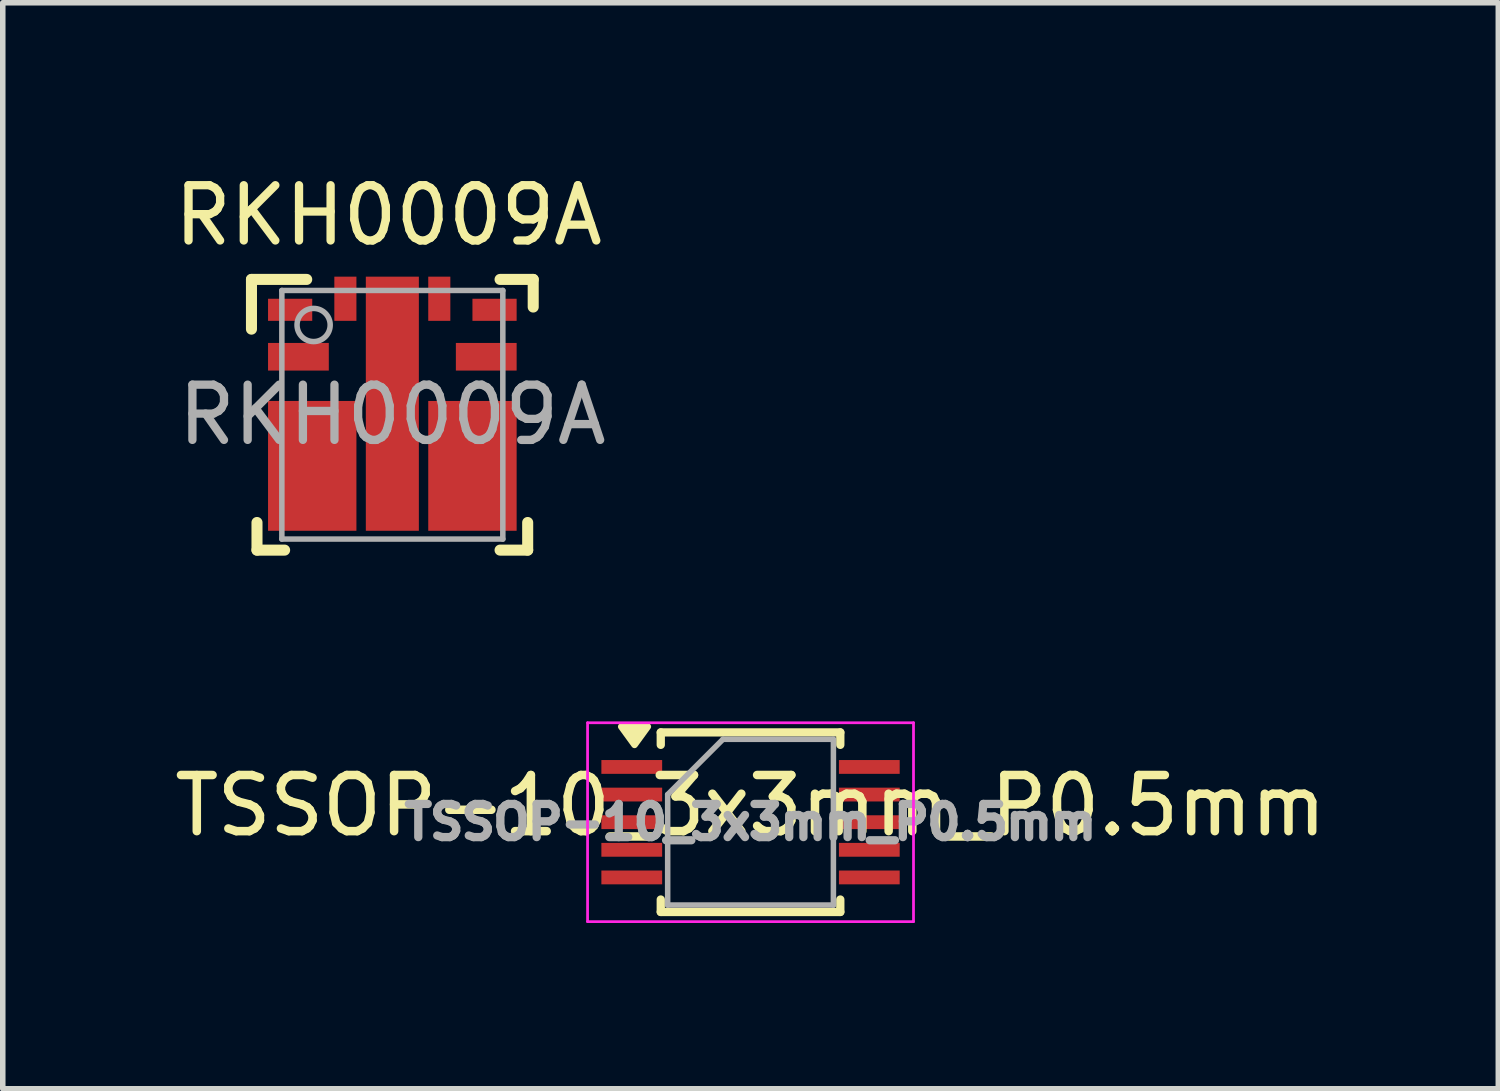
<source format=kicad_pcb>
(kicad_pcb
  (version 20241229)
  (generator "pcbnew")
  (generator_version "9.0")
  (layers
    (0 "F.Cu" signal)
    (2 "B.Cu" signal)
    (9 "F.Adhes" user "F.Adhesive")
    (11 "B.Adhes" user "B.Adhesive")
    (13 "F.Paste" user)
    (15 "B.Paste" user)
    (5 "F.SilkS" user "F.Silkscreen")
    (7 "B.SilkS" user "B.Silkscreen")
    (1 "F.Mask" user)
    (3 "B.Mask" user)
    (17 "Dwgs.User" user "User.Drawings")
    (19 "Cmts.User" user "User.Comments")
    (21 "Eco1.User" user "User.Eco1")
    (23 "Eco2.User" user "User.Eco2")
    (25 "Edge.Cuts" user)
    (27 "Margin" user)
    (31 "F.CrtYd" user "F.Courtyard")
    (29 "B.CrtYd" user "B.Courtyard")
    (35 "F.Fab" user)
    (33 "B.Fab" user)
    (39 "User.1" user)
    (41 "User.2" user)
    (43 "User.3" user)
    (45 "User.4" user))
  (footprint "RKH0009A"
    (layer "F.Cu")
    (at 4.052 4.458)
    (property "Reference" "RKH0009A" (at -0.07 -3.61 0) (unlocked yes) (layer "F.SilkS") (effects (font (size 1 1) (thickness 0.15))))
    (attr through_hole)
    (fp_poly (pts (xy -2.15 -0.2) (xy -0.75 -0.2) (xy -0.7 -0.15) (xy -0.7 2) (xy -0.75 2.05) (xy -2.15 2.05) (xy -2.2 2) (xy -2.2 1.8) (xy -2.15 1.75) (xy -1.875 1.75) (xy -1.825 1.7) (xy -1.825 1.45) (xy -1.875 1.4) (xy -2.15 1.4) (xy -2.2 1.35) (xy -2.2 1.15) (xy -2.15 1.1) (xy -1.875 1.1) (xy -1.825 1.05) (xy -1.825 0.8) (xy -1.875 0.75) (xy -2.15 0.75) (xy -2.2 0.7) (xy -2.2 0.5) (xy -2.15 0.45) (xy -1.875 0.45) (xy -1.825 0.4) (xy -1.825 0.15) (xy -1.875 0.1) (xy -2.15 0.1) (xy -2.2 0.05) (xy -2.2 -0.15)) (stroke (width 0) (type solid)) (fill yes) (layer "F.Mask"))
    (fp_poly (pts (xy 2.15 -0.2) (xy 0.75 -0.2) (xy 0.7 -0.15) (xy 0.7 2) (xy 0.75 2.05) (xy 2.15 2.05) (xy 2.2 2) (xy 2.2 1.8) (xy 2.15 1.75) (xy 1.875 1.75) (xy 1.825 1.7) (xy 1.825 1.45) (xy 1.875 1.4) (xy 2.15 1.4) (xy 2.2 1.35) (xy 2.2 1.15) (xy 2.15 1.1) (xy 1.875 1.1) (xy 1.825 1.05) (xy 1.825 0.8) (xy 1.875 0.75) (xy 2.15 0.75) (xy 2.2 0.7) (xy 2.2 0.5) (xy 2.15 0.45) (xy 1.875 0.45) (xy 1.825 0.4) (xy 1.825 0.15) (xy 1.875 0.1) (xy 2.15 0.1) (xy 2.2 0.05) (xy 2.2 -0.15)) (stroke (width 0) (type solid)) (fill yes) (layer "F.Mask"))
    (fp_poly (pts (xy -0.15 -2.45) (xy 0.15 -2.45) (xy 0.16 -2.449) (xy 0.169 -2.446) (xy 0.178 -2.442) (xy 0.185 -2.435) (xy 0.192 -2.428) (xy 0.196 -2.419) (xy 0.199 -2.41) (xy 0.2 -2.4) (xy 0.2 -1.5) (xy 0.199 -1.49) (xy 0.196 -1.481) (xy 0.192 -1.472) (xy 0.185 -1.465) (xy 0.178 -1.458) (xy 0.169 -1.454) (xy 0.16 -1.451) (xy 0.15 -1.45) (xy -0.15 -1.45) (xy -0.16 -1.451) (xy -0.169 -1.454) (xy -0.178 -1.458) (xy -0.185 -1.465) (xy -0.192 -1.472) (xy -0.196 -1.481) (xy -0.199 -1.49) (xy -0.2 -1.5) (xy -0.2 -2.4) (xy -0.199 -2.41) (xy -0.196 -2.419) (xy -0.192 -2.428) (xy -0.185 -2.435) (xy -0.178 -2.442) (xy -0.169 -2.446) (xy -0.16 -2.449)) (stroke (width 0) (type solid)) (fill yes) (layer "F.Mask"))
    (fp_line (start -2.55 -2.45) (end -1.55 -2.45) (stroke (width 0.2) (type solid)) (layer "F.SilkS"))
    (fp_line (start -2.55 -1.55) (end -2.55 -2.45) (stroke (width 0.2) (type solid)) (layer "F.SilkS"))
    (fp_line (start -2.45 2.45) (end -2.45 1.95) (stroke (width 0.2) (type solid)) (layer "F.SilkS"))
    (fp_line (start -2.45 2.45) (end -1.95 2.45) (stroke (width 0.2) (type solid)) (layer "F.SilkS"))
    (fp_line (start 1.95 -2.45) (end 2.55 -2.45) (stroke (width 0.2) (type solid)) (layer "F.SilkS"))
    (fp_line (start 1.95 2.45) (end 2.45 2.45) (stroke (width 0.2) (type solid)) (layer "F.SilkS"))
    (fp_line (start 2.45 2.45) (end 2.45 1.95) (stroke (width 0.2) (type solid)) (layer "F.SilkS"))
    (fp_line (start 2.55 -1.95) (end 2.55 -2.45) (stroke (width 0.2) (type solid)) (layer "F.SilkS"))
    (fp_poly (pts (xy -2.15 -0.2) (xy -1.875 -0.2) (xy -1.825 -0.15) (xy -1.825 0.05) (xy -1.875 0.1) (xy -2.15 0.1) (xy -2.2 0.05) (xy -2.2 -0.15)) (stroke (width 0) (type solid)) (fill yes) (layer "F.Paste"))
    (fp_poly (pts (xy -2.15 0.45) (xy -1.875 0.45) (xy -1.825 0.5) (xy -1.825 0.7) (xy -1.875 0.75) (xy -2.15 0.75) (xy -2.2 0.7) (xy -2.2 0.5)) (stroke (width 0) (type solid)) (fill yes) (layer "F.Paste"))
    (fp_poly (pts (xy -2.15 1.1) (xy -1.875 1.1) (xy -1.825 1.15) (xy -1.825 1.35) (xy -1.875 1.4) (xy -2.15 1.4) (xy -2.2 1.35) (xy -2.2 1.15)) (stroke (width 0) (type solid)) (fill yes) (layer "F.Paste"))
    (fp_poly (pts (xy -2.15 1.75) (xy -1.875 1.75) (xy -1.825 1.8) (xy -1.825 2) (xy -1.875 2.05) (xy -2.15 2.05) (xy -2.2 2) (xy -2.2 1.8)) (stroke (width 0) (type solid)) (fill yes) (layer "F.Paste"))
    (fp_poly (pts (xy -1.575 -0.19) (xy -0.755 -0.19) (xy -0.705 -0.14) (xy -0.705 0.37) (xy -0.755 0.42) (xy -1.575 0.42) (xy -1.625 0.37) (xy -1.625 -0.14)) (stroke (width 0) (type solid)) (fill yes) (layer "F.Paste"))
    (fp_poly (pts (xy -1.575 0.62) (xy -0.755 0.62) (xy -0.705 0.67) (xy -0.705 1.18) (xy -0.755 1.23) (xy -1.575 1.23) (xy -1.625 1.18) (xy -1.625 0.67)) (stroke (width 0) (type solid)) (fill yes) (layer "F.Paste"))
    (fp_poly (pts (xy -1.575 1.43) (xy -0.755 1.43) (xy -0.705 1.48) (xy -0.705 1.99) (xy -0.755 2.04) (xy -1.575 2.04) (xy -1.625 1.99) (xy -1.625 1.48)) (stroke (width 0) (type solid)) (fill yes) (layer "F.Paste"))
    (fp_poly (pts (xy 1.575 -0.19) (xy 0.755 -0.19) (xy 0.705 -0.14) (xy 0.705 0.37) (xy 0.755 0.42) (xy 1.575 0.42) (xy 1.625 0.37) (xy 1.625 -0.14)) (stroke (width 0) (type solid)) (fill yes) (layer "F.Paste"))
    (fp_poly (pts (xy 1.575 0.62) (xy 0.755 0.62) (xy 0.705 0.67) (xy 0.705 1.18) (xy 0.755 1.23) (xy 1.575 1.23) (xy 1.625 1.18) (xy 1.625 0.67)) (stroke (width 0) (type solid)) (fill yes) (layer "F.Paste"))
    (fp_poly (pts (xy 1.575 1.43) (xy 0.755 1.43) (xy 0.705 1.48) (xy 0.705 1.99) (xy 0.755 2.04) (xy 1.575 2.04) (xy 1.625 1.99) (xy 1.625 1.48)) (stroke (width 0) (type solid)) (fill yes) (layer "F.Paste"))
    (fp_poly (pts (xy 2.15 -0.2) (xy 1.875 -0.2) (xy 1.825 -0.15) (xy 1.825 0.05) (xy 1.875 0.1) (xy 2.15 0.1) (xy 2.2 0.05) (xy 2.2 -0.15)) (stroke (width 0) (type solid)) (fill yes) (layer "F.Paste"))
    (fp_poly (pts (xy 2.15 0.45) (xy 1.875 0.45) (xy 1.825 0.5) (xy 1.825 0.7) (xy 1.875 0.75) (xy 2.15 0.75) (xy 2.2 0.7) (xy 2.2 0.5)) (stroke (width 0) (type solid)) (fill yes) (layer "F.Paste"))
    (fp_poly (pts (xy 2.15 1.1) (xy 1.875 1.1) (xy 1.825 1.15) (xy 1.825 1.35) (xy 1.875 1.4) (xy 2.15 1.4) (xy 2.2 1.35) (xy 2.2 1.15)) (stroke (width 0) (type solid)) (fill yes) (layer "F.Paste"))
    (fp_poly (pts (xy 2.15 1.75) (xy 1.875 1.75) (xy 1.825 1.8) (xy 1.825 2) (xy 1.875 2.05) (xy 2.15 2.05) (xy 2.2 2) (xy 2.2 1.8)) (stroke (width 0) (type solid)) (fill yes) (layer "F.Paste"))
    (fp_poly (pts (xy -0.15 -2.45) (xy 0.15 -2.45) (xy 0.16 -2.449) (xy 0.169 -2.446) (xy 0.178 -2.442) (xy 0.185 -2.435) (xy 0.192 -2.428) (xy 0.196 -2.419) (xy 0.199 -2.41) (xy 0.2 -2.4) (xy 0.2 -1.5) (xy 0.199 -1.49) (xy 0.196 -1.481) (xy 0.192 -1.472) (xy 0.185 -1.465) (xy 0.178 -1.458) (xy 0.169 -1.454) (xy 0.16 -1.451) (xy 0.15 -1.45) (xy -0.15 -1.45) (xy -0.16 -1.451) (xy -0.169 -1.454) (xy -0.178 -1.458) (xy -0.185 -1.465) (xy -0.192 -1.472) (xy -0.196 -1.481) (xy -0.199 -1.49) (xy -0.2 -1.5) (xy -0.2 -2.4) (xy -0.199 -2.41) (xy -0.196 -2.419) (xy -0.192 -2.428) (xy -0.185 -2.435) (xy -0.178 -2.442) (xy -0.169 -2.446) (xy -0.16 -2.449)) (stroke (width 0) (type solid)) (fill yes) (layer "F.Paste"))
    (fp_line (start -2 -2.25) (end 2 -2.25) (stroke (width 0.1) (type solid)) (layer "F.Fab"))
    (fp_line (start -2 2.25) (end -2 -2.25) (stroke (width 0.1) (type solid)) (layer "F.Fab"))
    (fp_line (start -2 2.25) (end 2 2.25) (stroke (width 0.1) (type solid)) (layer "F.Fab"))
    (fp_line (start 2 2.25) (end 2 -2.25) (stroke (width 0.1) (type solid)) (layer "F.Fab"))
    (fp_circle (center -1.425 -1.625) (end -1.125 -1.625) (stroke (width 0.1) (type solid)) (fill no) (layer "F.Fab"))
    (fp_text user "${REFERENCE}" (at 0 0 0) (unlocked yes) (layer "F.Fab") (effects (font (size 1 1) (thickness 0.15))))
    (pad "1" smd rect (at -1.85 -1.9) (size 0.8 0.4) (layers "F.Cu" "F.Mask" "F.Paste"))
    (pad "2" smd rect (at -1.7 -1.05) (size 1.1 0.5) (layers "F.Cu" "F.Mask" "F.Paste"))
    (pad "3" smd rect (at -1.45 0.925) (size 1.6 2.35) (layers "F.Cu"))
    (pad "4" smd rect (at 1.45 0.925) (size 1.6 2.35) (layers "F.Cu"))
    (pad "5" smd rect (at 1.7 -1.05) (size 1.1 0.5) (layers "F.Cu" "F.Mask" "F.Paste"))
    (pad "6" smd rect (at 1.85 -1.9) (size 0.8 0.4) (layers "F.Cu" "F.Mask" "F.Paste"))
    (pad "7" smd rect (at 0.85 -2.1 90) (size 0.8 0.4) (layers "F.Cu" "F.Mask" "F.Paste"))
    (pad "8" smd rect (at 0 -0.2) (size 0.96 4.6) (layers "F.Cu"))
    (pad "9" smd rect (at -0.85 -2.1 90) (size 0.8 0.4) (layers "F.Cu" "F.Mask" "F.Paste")))
  (footprint "TSSOP-10_3x3mm_P0.5mm"
    (layer "F.Cu")
    (at 10.536 11.833)
    (property "Reference" "TSSOP-10_3x3mm_P0.5mm" (at 0 -0.3 180) (layer "F.SilkS") (effects (font (size 1.016 1) (thickness 0.154))))
    (attr smd)
    (fp_line (start -1.625 -1.625) (end -1.625 -1.4) (stroke (width 0.15) (type solid)) (layer "F.SilkS"))
    (fp_line (start -1.625 -1.625) (end 1.625 -1.625) (stroke (width 0.15) (type solid)) (layer "F.SilkS"))
    (fp_line (start -1.625 1.625) (end -1.625 1.4) (stroke (width 0.15) (type solid)) (layer "F.SilkS"))
    (fp_line (start -1.625 1.625) (end 1.625 1.625) (stroke (width 0.15) (type solid)) (layer "F.SilkS"))
    (fp_line (start 1.625 -1.625) (end 1.625 -1.4) (stroke (width 0.15) (type solid)) (layer "F.SilkS"))
    (fp_line (start 1.625 1.625) (end 1.625 1.4) (stroke (width 0.15) (type solid)) (layer "F.SilkS"))
    (fp_poly (pts (xy -2.1 -1.4) (xy -2.34 -1.73) (xy -1.86 -1.73) (xy -2.1 -1.4)) (stroke (width 0.12) (type solid)) (fill yes) (layer "F.SilkS"))
    (fp_line (start -2.95 -1.8) (end -2.95 1.8) (stroke (width 0.05) (type solid)) (layer "F.CrtYd"))
    (fp_line (start -2.95 -1.8) (end 2.95 -1.8) (stroke (width 0.05) (type solid)) (layer "F.CrtYd"))
    (fp_line (start -2.95 1.8) (end 2.95 1.8) (stroke (width 0.05) (type solid)) (layer "F.CrtYd"))
    (fp_line (start 2.95 -1.8) (end 2.95 1.8) (stroke (width 0.05) (type solid)) (layer "F.CrtYd"))
    (fp_line (start -1.5 -0.5) (end -0.5 -1.5) (stroke (width 0.1) (type solid)) (layer "F.Fab"))
    (fp_line (start -1.5 1.5) (end -1.5 -0.5) (stroke (width 0.1) (type solid)) (layer "F.Fab"))
    (fp_line (start -0.5 -1.5) (end 1.5 -1.5) (stroke (width 0.1) (type solid)) (layer "F.Fab"))
    (fp_line (start 1.5 -1.5) (end 1.5 1.5) (stroke (width 0.1) (type solid)) (layer "F.Fab"))
    (fp_line (start 1.5 1.5) (end -1.5 1.5) (stroke (width 0.1) (type solid)) (layer "F.Fab"))
    (fp_text user "${REFERENCE}" (at 0 0 180) (layer "F.Fab") (effects (font (size 0.6 0.6) (thickness 0.154))))
    (pad "1" smd rect (at -2.15 -1) (size 1.1 0.25) (layers "F.Cu" "F.Mask" "F.Paste"))
    (pad "2" smd rect (at -2.15 -0.5) (size 1.1 0.25) (layers "F.Cu" "F.Mask" "F.Paste"))
    (pad "3" smd rect (at -2.15 0) (size 1.1 0.25) (layers "F.Cu" "F.Mask" "F.Paste"))
    (pad "4" smd rect (at -2.15 0.5) (size 1.1 0.25) (layers "F.Cu" "F.Mask" "F.Paste"))
    (pad "5" smd rect (at -2.15 1) (size 1.1 0.25) (layers "F.Cu" "F.Mask" "F.Paste"))
    (pad "6" smd rect (at 2.15 1) (size 1.1 0.25) (layers "F.Cu" "F.Mask" "F.Paste"))
    (pad "7" smd rect (at 2.15 0.5) (size 1.1 0.25) (layers "F.Cu" "F.Mask" "F.Paste"))
    (pad "8" smd rect (at 2.15 0) (size 1.1 0.25) (layers "F.Cu" "F.Mask" "F.Paste"))
    (pad "9" smd rect (at 2.15 -0.5) (size 1.1 0.25) (layers "F.Cu" "F.Mask" "F.Paste"))
    (pad "10" smd rect (at 2.15 -1) (size 1.1 0.25) (layers "F.Cu" "F.Mask" "F.Paste")))
  (gr_rect
    (start -3 -3)
    (end 24.072 16.658)
    (stroke (width 0.1) (type default))
    (fill no)
    (layer "Edge.Cuts")))
</source>
